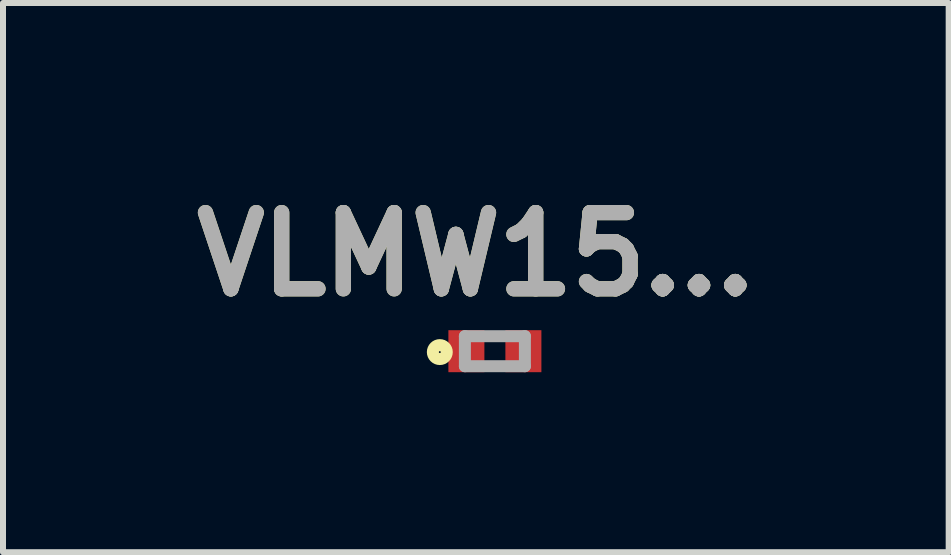
<source format=kicad_pcb>
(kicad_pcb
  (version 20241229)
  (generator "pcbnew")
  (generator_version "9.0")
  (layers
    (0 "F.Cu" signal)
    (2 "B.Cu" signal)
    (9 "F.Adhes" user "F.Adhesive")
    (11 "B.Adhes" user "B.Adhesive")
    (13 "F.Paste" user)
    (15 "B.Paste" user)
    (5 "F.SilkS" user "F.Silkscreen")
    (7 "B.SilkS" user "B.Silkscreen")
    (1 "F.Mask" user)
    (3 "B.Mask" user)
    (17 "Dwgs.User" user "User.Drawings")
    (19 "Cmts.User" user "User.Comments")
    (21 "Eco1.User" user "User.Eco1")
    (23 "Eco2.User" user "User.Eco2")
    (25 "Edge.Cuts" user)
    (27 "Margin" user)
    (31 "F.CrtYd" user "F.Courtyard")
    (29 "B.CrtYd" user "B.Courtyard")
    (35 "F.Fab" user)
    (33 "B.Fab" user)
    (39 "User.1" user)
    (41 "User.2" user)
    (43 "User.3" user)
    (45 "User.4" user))
  (footprint "VLMW15..."
    (layer "F.Cu")
    (at 5.198 2.803)
    (property "Reference" "VLMW15..." (at -0.318 -1.614 0) (layer "F.SilkS") (effects (font (size 1.27 1.27) (thickness 0.254))))
    (attr smd)
    (fp_circle (center -0.918 0.015) (end -0.918 0.031) (stroke (width 0.2) (type solid)) (fill no) (layer "F.SilkS"))
    (fp_line (start -0.5 -0.25) (end 0.5 -0.25) (stroke (width 0.2) (type solid)) (layer "F.Fab"))
    (fp_line (start -0.5 0.25) (end -0.5 -0.25) (stroke (width 0.2) (type solid)) (layer "F.Fab"))
    (fp_line (start 0.5 -0.25) (end 0.5 0.25) (stroke (width 0.2) (type solid)) (layer "F.Fab"))
    (fp_line (start 0.5 0.25) (end -0.5 0.25) (stroke (width 0.2) (type solid)) (layer "F.Fab"))
    (fp_text user "${REFERENCE}" (at -0.318 -1.614 0) (layer "F.Fab") (effects (font (size 1.27 1.27) (thickness 0.254))))
    (pad "1" smd rect (at -0.475 0) (size 0.6 0.7) (layers "F.Cu" "F.Mask" "F.Paste"))
    (pad "2" smd rect (at 0.475 0) (size 0.6 0.7) (layers "F.Cu" "F.Mask" "F.Paste")))
  (gr_rect
    (start -3 -3)
    (end 12.761 6.153)
    (stroke (width 0.1) (type default))
    (fill no)
    (layer "Edge.Cuts")))
</source>
